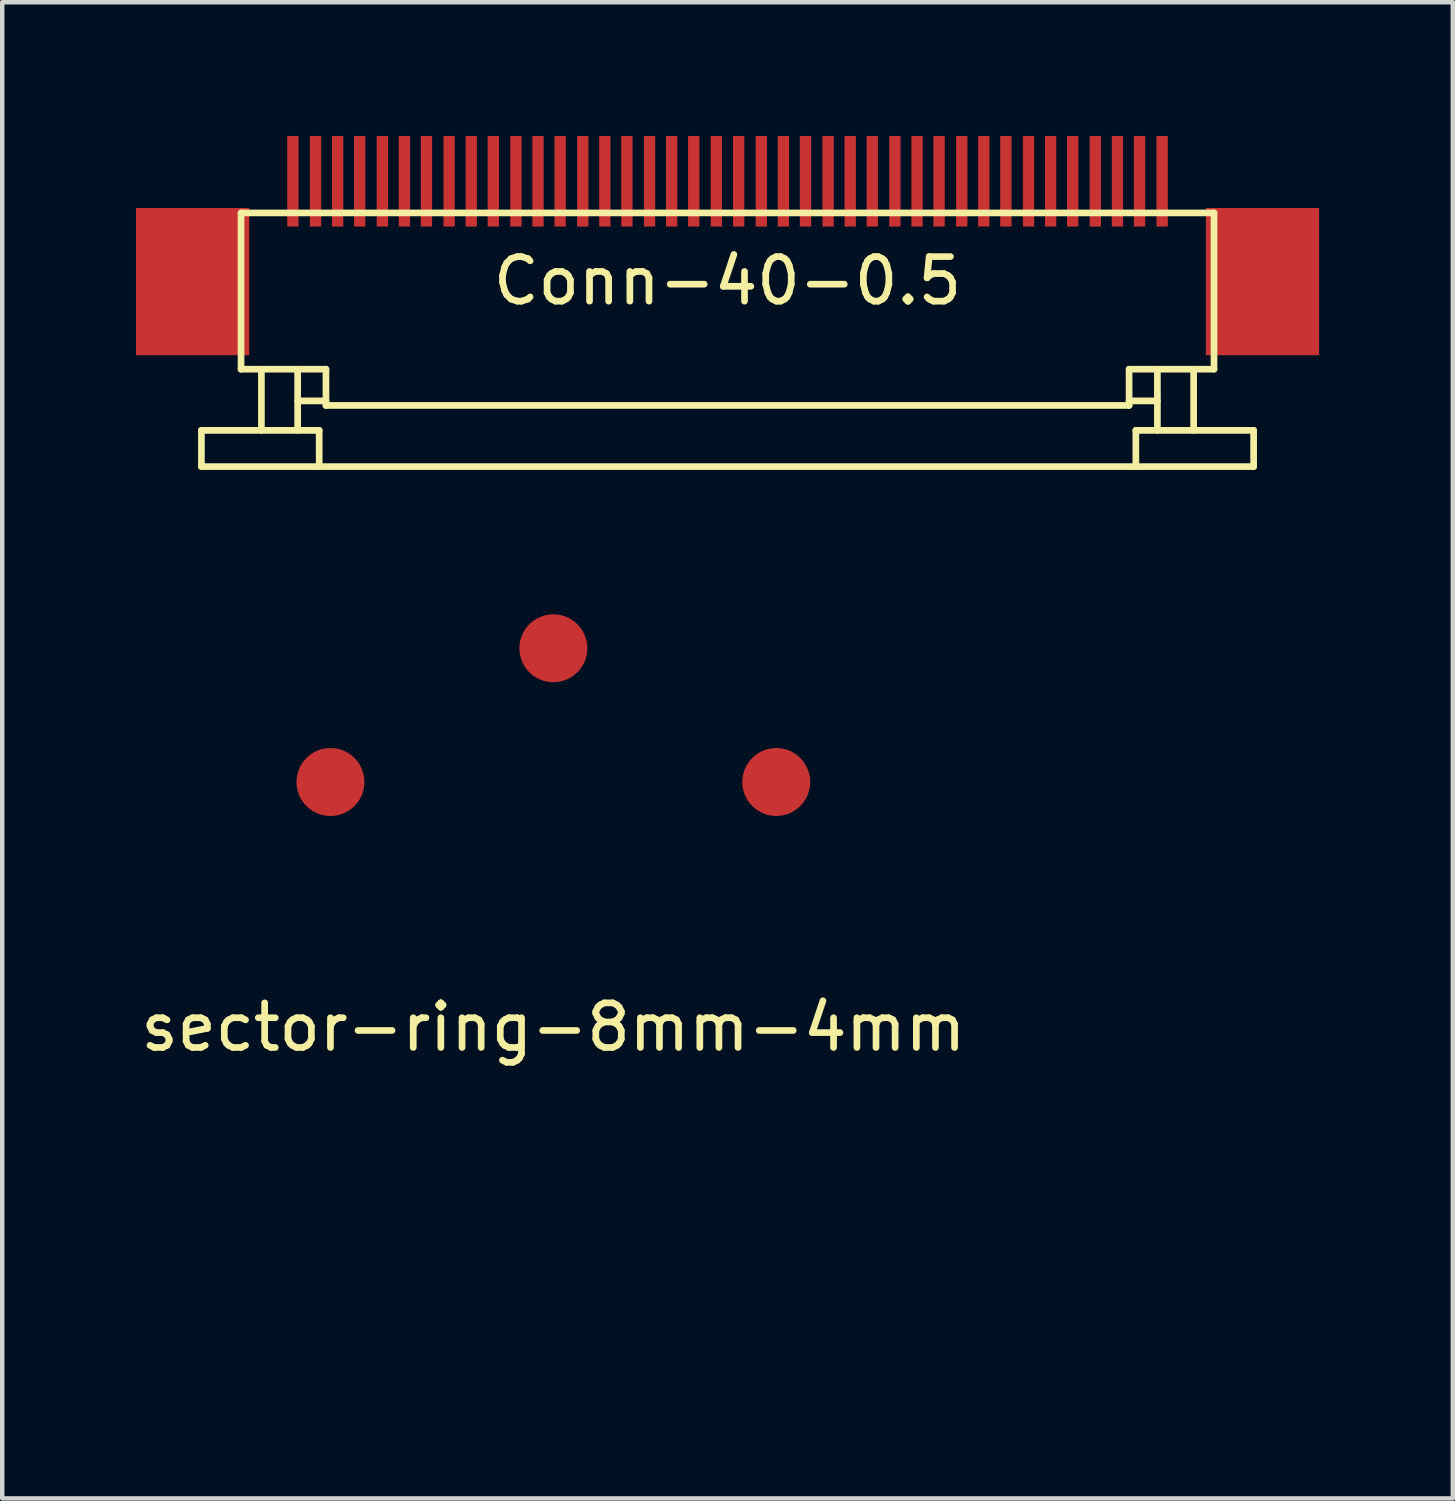
<source format=kicad_pcb>
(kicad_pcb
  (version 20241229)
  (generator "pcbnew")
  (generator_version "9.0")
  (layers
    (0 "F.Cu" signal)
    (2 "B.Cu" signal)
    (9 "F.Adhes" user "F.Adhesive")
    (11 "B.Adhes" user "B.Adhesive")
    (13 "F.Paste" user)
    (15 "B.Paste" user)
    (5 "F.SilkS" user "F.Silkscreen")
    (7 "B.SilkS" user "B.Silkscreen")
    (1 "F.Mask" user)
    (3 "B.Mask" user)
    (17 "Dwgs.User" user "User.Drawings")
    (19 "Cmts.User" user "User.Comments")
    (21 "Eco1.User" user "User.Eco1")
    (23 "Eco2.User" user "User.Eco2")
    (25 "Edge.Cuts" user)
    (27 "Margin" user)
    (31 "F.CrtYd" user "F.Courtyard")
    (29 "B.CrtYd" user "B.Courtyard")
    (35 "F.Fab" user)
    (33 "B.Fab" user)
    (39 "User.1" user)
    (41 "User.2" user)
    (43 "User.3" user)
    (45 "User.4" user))
  (footprint "Conn-40-0.5"
    (layer "F.Cu")
    (at 13.27 4.267)
    (property "Reference" "Conn-40-0.5" (at 0 -1.016 0) (layer "F.SilkS") (effects (font (size 1 1) (thickness 0.15))))
    (attr smd)
    (fp_line (start -11.802 2.337) (end -9.16 2.337) (stroke (width 0.15) (type solid)) (layer "F.SilkS"))
    (fp_line (start -11.802 3.15) (end -11.802 2.337) (stroke (width 0.15) (type solid)) (layer "F.SilkS"))
    (fp_line (start -11.802 3.15) (end 11.802 3.15) (stroke (width 0.15) (type solid)) (layer "F.SilkS"))
    (fp_line (start -10.913 -2.54) (end -10.913 0.965) (stroke (width 0.15) (type solid)) (layer "F.SilkS"))
    (fp_line (start -10.913 0.965) (end -9.008 0.965) (stroke (width 0.15) (type solid)) (layer "F.SilkS"))
    (fp_line (start -10.456 0.965) (end -10.456 2.337) (stroke (width 0.15) (type solid)) (layer "F.SilkS"))
    (fp_line (start -9.643 0.965) (end -9.643 2.337) (stroke (width 0.15) (type solid)) (layer "F.SilkS"))
    (fp_line (start -9.16 2.337) (end -9.16 3.15) (stroke (width 0.15) (type solid)) (layer "F.SilkS"))
    (fp_line (start -9.008 0.965) (end -9.008 1.778) (stroke (width 0.15) (type solid)) (layer "F.SilkS"))
    (fp_line (start -9.008 1.676) (end -9.643 1.676) (stroke (width 0.15) (type solid)) (layer "F.SilkS"))
    (fp_line (start -9.008 1.778) (end 9.008 1.778) (stroke (width 0.15) (type solid)) (layer "F.SilkS"))
    (fp_line (start 9.008 0.965) (end 10.913 0.965) (stroke (width 0.15) (type solid)) (layer "F.SilkS"))
    (fp_line (start 9.008 1.676) (end 9.643 1.676) (stroke (width 0.15) (type solid)) (layer "F.SilkS"))
    (fp_line (start 9.008 1.778) (end 9.008 0.965) (stroke (width 0.15) (type solid)) (layer "F.SilkS"))
    (fp_line (start 9.16 2.337) (end 9.16 3.15) (stroke (width 0.15) (type solid)) (layer "F.SilkS"))
    (fp_line (start 9.643 0.965) (end 9.643 2.337) (stroke (width 0.15) (type solid)) (layer "F.SilkS"))
    (fp_line (start 10.456 0.965) (end 10.456 2.337) (stroke (width 0.15) (type solid)) (layer "F.SilkS"))
    (fp_line (start 10.913 -2.54) (end -10.913 -2.54) (stroke (width 0.15) (type solid)) (layer "F.SilkS"))
    (fp_line (start 10.913 0.965) (end 10.913 -2.54) (stroke (width 0.15) (type solid)) (layer "F.SilkS"))
    (fp_line (start 11.802 2.337) (end 9.16 2.337) (stroke (width 0.15) (type solid)) (layer "F.SilkS"))
    (fp_line (start 11.802 3.15) (end 11.802 2.337) (stroke (width 0.15) (type solid)) (layer "F.SilkS"))
    (pad "" smd rect (at -12 -1) (size 2.54 3.302) (layers "F.Cu" "F.Mask" "F.Paste"))
    (pad "" smd rect (at 12 -1) (size 2.54 3.302) (layers "F.Cu" "F.Mask" "F.Paste"))
    (pad "1" smd rect (at -9.75 -3.251) (size 0.254 2.032) (layers "F.Cu" "F.Mask" "F.Paste"))
    (pad "2" smd rect (at -9.242 -3.251) (size 0.254 2.032) (layers "F.Cu" "F.Mask" "F.Paste"))
    (pad "3" smd rect (at -8.746 -3.251) (size 0.254 2.032) (layers "F.Cu" "F.Mask" "F.Paste"))
    (pad "4" smd rect (at -8.251 -3.251) (size 0.254 2.032) (layers "F.Cu" "F.Mask" "F.Paste"))
    (pad "5" smd rect (at -7.743 -3.251) (size 0.254 2.032) (layers "F.Cu" "F.Mask" "F.Paste"))
    (pad "6" smd rect (at -7.248 -3.251) (size 0.254 2.032) (layers "F.Cu" "F.Mask" "F.Paste"))
    (pad "7" smd rect (at -6.753 -3.251) (size 0.254 2.032) (layers "F.Cu" "F.Mask" "F.Paste"))
    (pad "8" smd rect (at -6.245 -3.251) (size 0.254 2.032) (layers "F.Cu" "F.Mask" "F.Paste"))
    (pad "9" smd rect (at -5.749 -3.251) (size 0.254 2.032) (layers "F.Cu" "F.Mask" "F.Paste"))
    (pad "10" smd rect (at -5.254 -3.251) (size 0.254 2.032) (layers "F.Cu" "F.Mask" "F.Paste"))
    (pad "11" smd rect (at -4.746 -3.251) (size 0.254 2.032) (layers "F.Cu" "F.Mask" "F.Paste"))
    (pad "12" smd rect (at -4.251 -3.251) (size 0.254 2.032) (layers "F.Cu" "F.Mask" "F.Paste"))
    (pad "13" smd rect (at -3.755 -3.251) (size 0.254 2.032) (layers "F.Cu" "F.Mask" "F.Paste"))
    (pad "14" smd rect (at -3.247 -3.251) (size 0.254 2.032) (layers "F.Cu" "F.Mask" "F.Paste"))
    (pad "15" smd rect (at -2.752 -3.251) (size 0.254 2.032) (layers "F.Cu" "F.Mask" "F.Paste"))
    (pad "16" smd rect (at -2.257 -3.251) (size 0.254 2.032) (layers "F.Cu" "F.Mask" "F.Paste"))
    (pad "17" smd rect (at -1.749 -3.251) (size 0.254 2.032) (layers "F.Cu" "F.Mask" "F.Paste"))
    (pad "18" smd rect (at -1.254 -3.251) (size 0.254 2.032) (layers "F.Cu" "F.Mask" "F.Paste"))
    (pad "19" smd rect (at -0.758 -3.251) (size 0.254 2.032) (layers "F.Cu" "F.Mask" "F.Paste"))
    (pad "20" smd rect (at -0.25 -3.251) (size 0.254 2.032) (layers "F.Cu" "F.Mask" "F.Paste"))
    (pad "21" smd rect (at 0.25 -3.251) (size 0.254 2.032) (layers "F.Cu" "F.Mask" "F.Paste"))
    (pad "22" smd rect (at 0.758 -3.251) (size 0.254 2.032) (layers "F.Cu" "F.Mask" "F.Paste"))
    (pad "23" smd rect (at 1.254 -3.251) (size 0.254 2.032) (layers "F.Cu" "F.Mask" "F.Paste"))
    (pad "24" smd rect (at 1.749 -3.251) (size 0.254 2.032) (layers "F.Cu" "F.Mask" "F.Paste"))
    (pad "25" smd rect (at 2.257 -3.251) (size 0.254 2.032) (layers "F.Cu" "F.Mask" "F.Paste"))
    (pad "26" smd rect (at 2.752 -3.251) (size 0.254 2.032) (layers "F.Cu" "F.Mask" "F.Paste"))
    (pad "27" smd rect (at 3.247 -3.251) (size 0.254 2.032) (layers "F.Cu" "F.Mask" "F.Paste"))
    (pad "28" smd rect (at 3.755 -3.251) (size 0.254 2.032) (layers "F.Cu" "F.Mask" "F.Paste"))
    (pad "29" smd rect (at 4.251 -3.251) (size 0.254 2.032) (layers "F.Cu" "F.Mask" "F.Paste"))
    (pad "30" smd rect (at 4.746 -3.251) (size 0.254 2.032) (layers "F.Cu" "F.Mask" "F.Paste"))
    (pad "31" smd rect (at 5.254 -3.251) (size 0.254 2.032) (layers "F.Cu" "F.Mask" "F.Paste"))
    (pad "32" smd rect (at 5.749 -3.251) (size 0.254 2.032) (layers "F.Cu" "F.Mask" "F.Paste"))
    (pad "33" smd rect (at 6.245 -3.251) (size 0.254 2.032) (layers "F.Cu" "F.Mask" "F.Paste"))
    (pad "34" smd rect (at 6.753 -3.251) (size 0.254 2.032) (layers "F.Cu" "F.Mask" "F.Paste"))
    (pad "35" smd rect (at 7.248 -3.251) (size 0.254 2.032) (layers "F.Cu" "F.Mask" "F.Paste"))
    (pad "36" smd rect (at 7.743 -3.251) (size 0.254 2.032) (layers "F.Cu" "F.Mask" "F.Paste"))
    (pad "37" smd rect (at 8.251 -3.251) (size 0.254 2.032) (layers "F.Cu" "F.Mask" "F.Paste"))
    (pad "38" smd rect (at 8.746 -3.251) (size 0.254 2.032) (layers "F.Cu" "F.Mask" "F.Paste"))
    (pad "39" smd rect (at 9.242 -3.251) (size 0.254 2.032) (layers "F.Cu" "F.Mask" "F.Paste"))
    (pad "40" smd rect (at 9.75 -3.251) (size 0.254 2.032) (layers "F.Cu" "F.Mask" "F.Paste")))
  (footprint "sector-ring-8mm-4mm"
    (layer "F.Cu")
    (at 9.363 19.492)
    (property "Reference" "sector-ring-8mm-4mm" (at 0 0.5 0) (layer "F.SilkS") (effects (font (size 1 1) (thickness 0.15))))
    (attr through_hole)
    (fp_line (start 0 -4) (end 0 -8) (stroke (width 2) (type solid)) (layer "F.Paste"))
    (fp_arc (start 5 -5) (mid 0 7.071068) (end -5 -5) (stroke (width 2) (type solid)) (layer "F.Paste"))
    (pad "1" smd circle (at 0 -8) (size 1.524 1.524) (layers "F.Cu" "F.Mask" "F.Paste"))
    (pad "2" smd circle (at -5 -5) (size 1.524 1.524) (layers "F.Cu" "F.Mask" "F.Paste"))
    (pad "2" smd circle (at 5 -5) (size 1.524 1.524) (layers "F.Cu" "F.Mask" "F.Paste")))
  (gr_rect
    (start -3 -3)
    (end 29.54 30.563)
    (stroke (width 0.1) (type default))
    (fill no)
    (layer "Edge.Cuts")))
</source>
